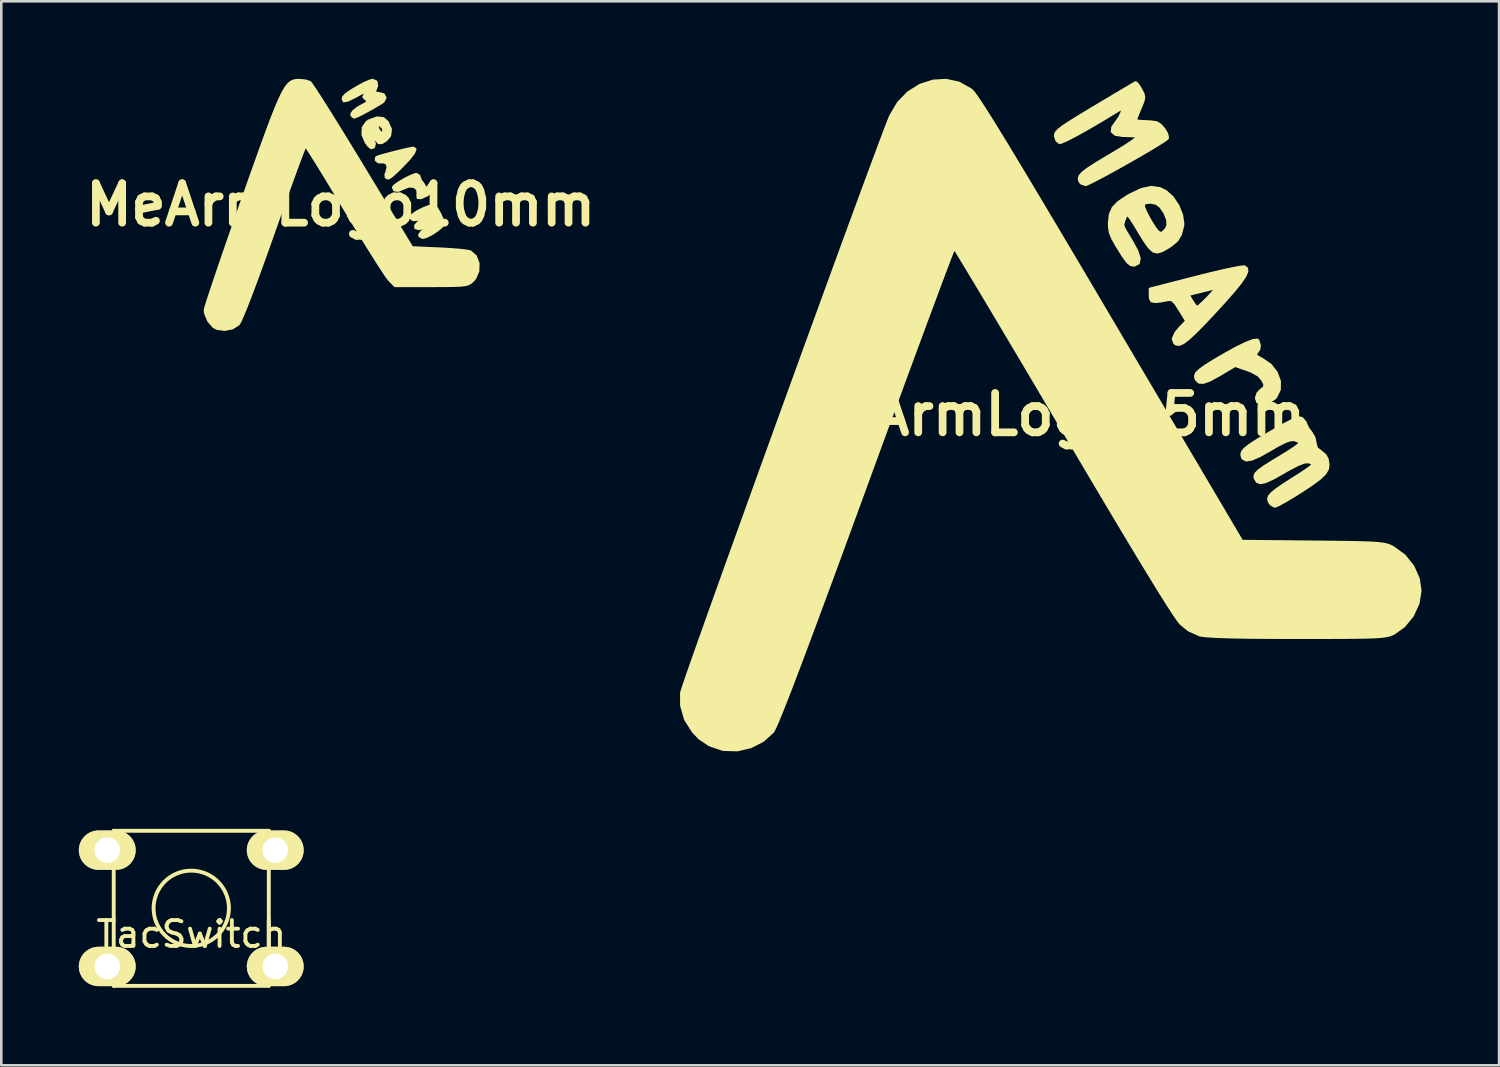
<source format=kicad_pcb>
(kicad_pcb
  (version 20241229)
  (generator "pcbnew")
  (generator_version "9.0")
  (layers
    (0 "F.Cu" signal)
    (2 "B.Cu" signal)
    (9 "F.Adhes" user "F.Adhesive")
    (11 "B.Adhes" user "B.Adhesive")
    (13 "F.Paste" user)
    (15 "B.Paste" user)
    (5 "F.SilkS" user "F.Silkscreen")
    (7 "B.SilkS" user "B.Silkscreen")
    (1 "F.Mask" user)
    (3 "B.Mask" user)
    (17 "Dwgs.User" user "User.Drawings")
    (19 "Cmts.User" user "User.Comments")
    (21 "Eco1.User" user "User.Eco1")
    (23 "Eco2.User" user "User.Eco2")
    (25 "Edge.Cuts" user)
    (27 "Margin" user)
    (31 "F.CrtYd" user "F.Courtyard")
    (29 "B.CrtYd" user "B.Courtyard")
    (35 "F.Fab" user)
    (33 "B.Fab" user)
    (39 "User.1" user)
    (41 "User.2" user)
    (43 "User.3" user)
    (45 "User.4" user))
  (footprint "TacSwitch"
    (layer "F.Cu")
    (at 4.35 32.095)
    (property "Reference" "TacSwitch" (at 0 1 0) (layer "F.SilkS") (effects (font (size 1 1) (thickness 0.15))))
    (attr through_hole)
    (fp_line (start -3 -3) (end 3 -3) (stroke (width 0.15) (type solid)) (layer "F.SilkS"))
    (fp_line (start -3 3) (end -3 -3) (stroke (width 0.15) (type solid)) (layer "F.SilkS"))
    (fp_line (start 3 -3) (end 3 3) (stroke (width 0.15) (type solid)) (layer "F.SilkS"))
    (fp_line (start 3 3) (end -3 3) (stroke (width 0.15) (type solid)) (layer "F.SilkS"))
    (fp_circle (center 0 0) (end 1.25 0.75) (stroke (width 0.15) (type solid)) (fill no) (layer "F.SilkS"))
    (pad "1" thru_hole oval (at -3.25 -2.25) (size 2.2 1.524) (drill 0.99) (layers "*.Cu" "*.Mask" "F.SilkS"))
    (pad "1" thru_hole oval (at -3.25 2.25) (size 2.2 1.524) (drill 0.99) (layers "*.Cu" "*.Mask" "F.SilkS"))
    (pad "2" thru_hole oval (at 3.25 -2.25) (size 2.2 1.524) (drill 0.99) (layers "*.Cu" "*.Mask" "F.SilkS"))
    (pad "2" thru_hole oval (at 3.25 2.25) (size 2.2 1.524) (drill 0.99) (layers "*.Cu" "*.Mask" "F.SilkS")))
  (footprint "MeArmLogo25mm"
    (layer "F.Cu")
    (at 37.595 12.989)
    (property "Reference" "MeArmLogo25mm" (at 0 0 0) (layer "F.SilkS") (effects (font (size 1.524 1.524) (thickness 0.3))))
    (attr through_hole)
    (fp_poly (pts (xy 8.868 -1.29) (xy 8.864 -0.965) (xy 8.726 -0.68) (xy 8.682 -0.631) (xy 8.47 -0.486) (xy 8.238 -0.422) (xy 8.05 -0.453) (xy 8.015 -0.48) (xy 7.958 -0.641) (xy 8.024 -0.83) (xy 8.149 -0.955) (xy 8.274 -1.058) (xy 8.287 -1.162) (xy 8.21 -1.326) (xy 8.052 -1.513) (xy 7.778 -1.666) (xy 7.613 -1.728) (xy 7.146 -1.89) (xy 6.537 -1.528) (xy 6.171 -1.329) (xy 5.913 -1.236) (xy 5.742 -1.246) (xy 5.637 -1.356) (xy 5.619 -1.396) (xy 5.603 -1.496) (xy 5.647 -1.599) (xy 5.77 -1.723) (xy 5.989 -1.881) (xy 6.323 -2.09) (xy 6.726 -2.327) (xy 7.196 -2.587) (xy 7.575 -2.771) (xy 7.85 -2.873) (xy 8.009 -2.888) (xy 8.043 -2.843) (xy 8.07 -2.743) (xy 8.091 -2.685) (xy 8.075 -2.533) (xy 8.006 -2.431) (xy 7.939 -2.34) (xy 7.976 -2.265) (xy 8.139 -2.17) (xy 8.191 -2.145) (xy 8.52 -1.915) (xy 8.749 -1.618) (xy 8.868 -1.29)) (stroke (width 0.1) (type solid)) (fill yes) (layer "F.SilkS"))
    (fp_poly (pts (xy 7.607 -5.534) (xy 7.531 -5.355) (xy 7.361 -5.104) (xy 7.088 -4.767) (xy 6.706 -4.333) (xy 6.392 -3.991) (xy 6.363 -3.96) (xy 6.363 -4.867) (xy 6.308 -4.881) (xy 6.125 -4.833) (xy 5.859 -4.766) (xy 5.737 -4.735) (xy 5.336 -4.637) (xy 5.48 -4.393) (xy 5.591 -4.227) (xy 5.669 -4.149) (xy 5.673 -4.149) (xy 5.753 -4.205) (xy 5.912 -4.352) (xy 6.1 -4.539) (xy 6.295 -4.755) (xy 6.363 -4.867) (xy 6.363 -3.96) (xy 5.951 -3.52) (xy 5.604 -3.168) (xy 5.337 -2.922) (xy 5.136 -2.772) (xy 4.986 -2.706) (xy 4.873 -2.714) (xy 4.798 -2.766) (xy 4.743 -2.93) (xy 4.839 -3.154) (xy 5.001 -3.35) (xy 5.261 -3.619) (xy 4.994 -4.053) (xy 4.837 -4.294) (xy 4.722 -4.415) (xy 4.611 -4.447) (xy 4.501 -4.428) (xy 4.243 -4.38) (xy 4.064 -4.364) (xy 3.912 -4.389) (xy 3.857 -4.503) (xy 3.852 -4.611) (xy 3.852 -4.862) (xy 5.618 -5.316) (xy 6.145 -5.447) (xy 6.621 -5.56) (xy 7.02 -5.647) (xy 7.316 -5.703) (xy 7.483 -5.724) (xy 7.507 -5.721) (xy 7.597 -5.652) (xy 7.607 -5.534)) (stroke (width 0.1) (type solid)) (fill yes) (layer "F.SilkS"))
    (fp_poly (pts (xy 5.132 -7.384) (xy 5.122 -7.293) (xy 5.035 -6.96) (xy 4.894 -6.729) (xy 4.652 -6.529) (xy 4.57 -6.476) (xy 4.537 -6.457) (xy 4.537 -7.323) (xy 4.524 -7.542) (xy 4.42 -7.802) (xy 4.263 -8.033) (xy 4.098 -8.162) (xy 3.866 -8.21) (xy 3.672 -8.184) (xy 3.599 -8.129) (xy 3.614 -8.021) (xy 3.702 -7.812) (xy 3.845 -7.545) (xy 3.869 -7.503) (xy 4.043 -7.222) (xy 4.165 -7.069) (xy 4.26 -7.018) (xy 4.338 -7.038) (xy 4.473 -7.178) (xy 4.537 -7.323) (xy 4.537 -6.457) (xy 4.328 -6.336) (xy 4.141 -6.278) (xy 3.981 -6.316) (xy 3.819 -6.463) (xy 3.627 -6.734) (xy 3.438 -7.043) (xy 3.231 -7.385) (xy 3.093 -7.598) (xy 3.006 -7.702) (xy 2.95 -7.714) (xy 2.908 -7.652) (xy 2.883 -7.588) (xy 2.831 -7.453) (xy 2.809 -7.354) (xy 2.831 -7.25) (xy 2.908 -7.1) (xy 3.052 -6.862) (xy 3.137 -6.723) (xy 3.352 -6.328) (xy 3.442 -6.041) (xy 3.408 -5.858) (xy 3.251 -5.775) (xy 3.241 -5.773) (xy 3.111 -5.791) (xy 2.976 -5.902) (xy 2.807 -6.134) (xy 2.767 -6.196) (xy 2.542 -6.558) (xy 2.396 -6.821) (xy 2.314 -7.026) (xy 2.278 -7.214) (xy 2.273 -7.426) (xy 2.273 -7.433) (xy 2.309 -7.748) (xy 2.42 -7.999) (xy 2.634 -8.22) (xy 2.977 -8.448) (xy 3.076 -8.504) (xy 3.522 -8.715) (xy 3.895 -8.796) (xy 4.227 -8.751) (xy 4.463 -8.639) (xy 4.721 -8.408) (xy 4.938 -8.083) (xy 5.084 -7.721) (xy 5.132 -7.384)) (stroke (width 0.1) (type solid)) (fill yes) (layer "F.SilkS"))
    (fp_poly (pts (xy 10.75 1.939) (xy 10.724 2.117) (xy 10.62 2.29) (xy 10.42 2.481) (xy 10.105 2.712) (xy 9.739 2.955) (xy 9.381 3.18) (xy 9.067 3.367) (xy 8.827 3.498) (xy 8.692 3.555) (xy 8.683 3.556) (xy 8.546 3.489) (xy 8.468 3.389) (xy 8.432 3.28) (xy 8.457 3.172) (xy 8.562 3.046) (xy 8.764 2.884) (xy 9.081 2.669) (xy 9.422 2.452) (xy 9.729 2.255) (xy 9.973 2.089) (xy 10.125 1.974) (xy 10.16 1.936) (xy 10.089 1.875) (xy 9.978 1.835) (xy 9.815 1.85) (xy 9.545 1.958) (xy 9.158 2.164) (xy 9.012 2.249) (xy 8.608 2.475) (xy 8.319 2.606) (xy 8.122 2.645) (xy 7.995 2.599) (xy 7.921 2.48) (xy 7.903 2.383) (xy 7.942 2.284) (xy 8.058 2.167) (xy 8.27 2.014) (xy 8.599 1.807) (xy 8.851 1.656) (xy 9.174 1.457) (xy 9.435 1.285) (xy 9.603 1.16) (xy 9.652 1.106) (xy 9.58 1.034) (xy 9.446 0.983) (xy 9.297 0.983) (xy 9.086 1.054) (xy 8.785 1.208) (xy 8.536 1.354) (xy 8.105 1.597) (xy 7.79 1.734) (xy 7.576 1.768) (xy 7.45 1.705) (xy 7.42 1.651) (xy 7.396 1.542) (xy 7.426 1.436) (xy 7.528 1.317) (xy 7.72 1.168) (xy 8.022 0.974) (xy 8.451 0.718) (xy 8.522 0.677) (xy 8.961 0.425) (xy 9.28 0.255) (xy 9.5 0.158) (xy 9.642 0.124) (xy 9.725 0.142) (xy 9.858 0.289) (xy 9.893 0.377) (xy 9.973 0.547) (xy 10.083 0.685) (xy 10.206 0.892) (xy 10.245 1.087) (xy 10.3 1.305) (xy 10.454 1.423) (xy 10.633 1.572) (xy 10.717 1.733) (xy 10.75 1.939)) (stroke (width 0.1) (type solid)) (fill yes) (layer "F.SilkS"))
    (fp_poly (pts (xy 4.538 -10.711) (xy 4.518 -10.671) (xy 4.383 -10.574) (xy 4.136 -10.418) (xy 3.803 -10.218) (xy 3.412 -9.99) (xy 2.99 -9.749) (xy 2.566 -9.511) (xy 2.166 -9.291) (xy 1.818 -9.106) (xy 1.549 -8.969) (xy 1.386 -8.897) (xy 1.357 -8.89) (xy 1.19 -8.949) (xy 1.127 -9.029) (xy 1.105 -9.129) (xy 1.134 -9.23) (xy 1.232 -9.344) (xy 1.415 -9.488) (xy 1.701 -9.676) (xy 2.109 -9.924) (xy 2.371 -10.078) (xy 2.808 -10.342) (xy 3.125 -10.548) (xy 3.312 -10.689) (xy 3.361 -10.76) (xy 3.344 -10.766) (xy 3.155 -10.778) (xy 2.887 -10.787) (xy 2.796 -10.789) (xy 2.514 -10.833) (xy 2.381 -10.947) (xy 2.403 -11.123) (xy 2.523 -11.289) (xy 2.671 -11.5) (xy 2.752 -11.676) (xy 2.814 -11.879) (xy 2.529 -11.704) (xy 1.927 -11.34) (xy 1.401 -11.033) (xy 0.964 -10.791) (xy 0.632 -10.62) (xy 0.417 -10.529) (xy 0.347 -10.517) (xy 0.237 -10.611) (xy 0.186 -10.761) (xy 0.188 -10.84) (xy 0.224 -10.921) (xy 0.313 -11.016) (xy 0.471 -11.139) (xy 0.718 -11.303) (xy 1.071 -11.523) (xy 1.547 -11.811) (xy 1.702 -11.904) (xy 2.161 -12.178) (xy 2.571 -12.423) (xy 2.909 -12.623) (xy 3.153 -12.767) (xy 3.282 -12.842) (xy 3.295 -12.849) (xy 3.364 -12.796) (xy 3.471 -12.638) (xy 3.506 -12.577) (xy 3.594 -12.399) (xy 3.62 -12.263) (xy 3.582 -12.102) (xy 3.483 -11.862) (xy 3.382 -11.619) (xy 3.317 -11.446) (xy 3.302 -11.393) (xy 3.377 -11.362) (xy 3.563 -11.345) (xy 3.619 -11.344) (xy 3.882 -11.331) (xy 4.097 -11.3) (xy 4.113 -11.296) (xy 4.261 -11.204) (xy 4.404 -11.04) (xy 4.508 -10.858) (xy 4.538 -10.711)) (stroke (width 0.1) (type solid)) (fill yes) (layer "F.SilkS"))
    (fp_poly (pts (xy 14.309 6.816) (xy 14.229 7.313) (xy 14.01 7.787) (xy 13.678 8.192) (xy 13.288 8.469) (xy 13.198 8.511) (xy 13.098 8.545) (xy 12.969 8.572) (xy 12.796 8.594) (xy 12.56 8.61) (xy 12.246 8.621) (xy 11.836 8.629) (xy 11.314 8.633) (xy 10.661 8.635) (xy 9.862 8.636) (xy 9.566 8.636) (xy 8.526 8.633) (xy 7.654 8.626) (xy 6.947 8.613) (xy 6.403 8.594) (xy 6.021 8.571) (xy 5.797 8.542) (xy 5.783 8.538) (xy 5.345 8.341) (xy 5.043 8.094) (xy 4.937 7.962) (xy 4.76 7.705) (xy 4.512 7.322) (xy 4.19 6.809) (xy 3.794 6.164) (xy 3.321 5.384) (xy 2.77 4.468) (xy 2.14 3.412) (xy 1.429 2.214) (xy 0.636 0.873) (xy 0.508 0.656) (xy -0.085 -0.347) (xy -0.653 -1.309) (xy -1.192 -2.218) (xy -1.695 -3.065) (xy -2.156 -3.84) (xy -2.569 -4.532) (xy -2.929 -5.133) (xy -3.23 -5.632) (xy -3.465 -6.02) (xy -3.628 -6.286) (xy -3.715 -6.42) (xy -3.727 -6.435) (xy -3.762 -6.357) (xy -3.851 -6.13) (xy -3.991 -5.763) (xy -4.178 -5.267) (xy -4.408 -4.652) (xy -4.678 -3.927) (xy -4.984 -3.102) (xy -5.322 -2.188) (xy -5.688 -1.193) (xy -6.079 -0.129) (xy -6.492 0.995) (xy -6.922 2.17) (xy -7.142 2.773) (xy -7.712 4.33) (xy -8.226 5.732) (xy -8.688 6.984) (xy -9.098 8.091) (xy -9.458 9.057) (xy -9.771 9.886) (xy -10.037 10.585) (xy -10.26 11.157) (xy -10.439 11.607) (xy -10.578 11.94) (xy -10.678 12.16) (xy -10.741 12.272) (xy -10.744 12.276) (xy -11.121 12.619) (xy -11.594 12.86) (xy -12.114 12.982) (xy -12.629 12.968) (xy -12.724 12.948) (xy -13.195 12.786) (xy -13.574 12.533) (xy -13.824 12.275) (xy -14.127 11.798) (xy -14.28 11.261) (xy -14.283 10.772) (xy -14.25 10.658) (xy -14.163 10.396) (xy -14.026 9.998) (xy -13.842 9.474) (xy -13.617 8.837) (xy -13.354 8.096) (xy -13.057 7.263) (xy -12.73 6.35) (xy -12.377 5.368) (xy -12.002 4.327) (xy -11.61 3.24) (xy -11.205 2.116) (xy -10.79 0.969) (xy -10.369 -0.192) (xy -9.947 -1.356) (xy -9.528 -2.51) (xy -9.115 -3.643) (xy -8.713 -4.746) (xy -8.327 -5.805) (xy -7.959 -6.811) (xy -7.614 -7.752) (xy -7.296 -8.616) (xy -7.009 -9.392) (xy -6.757 -10.07) (xy -6.545 -10.638) (xy -6.375 -11.085) (xy -6.254 -11.4) (xy -6.187 -11.561) (xy -5.888 -12.066) (xy -5.498 -12.464) (xy -5.043 -12.747) (xy -4.548 -12.908) (xy -4.041 -12.939) (xy -3.545 -12.831) (xy -3.088 -12.576) (xy -3.041 -12.538) (xy -2.965 -12.453) (xy -2.842 -12.282) (xy -2.666 -12.02) (xy -2.436 -11.661) (xy -2.148 -11.2) (xy -1.8 -10.633) (xy -1.387 -9.953) (xy -0.908 -9.157) (xy -0.358 -8.238) (xy 0.265 -7.191) (xy 0.965 -6.012) (xy 1.744 -4.696) (xy 2.335 -3.695) (xy 7.408 4.898) (xy 10.16 4.925) (xy 10.917 4.933) (xy 11.525 4.941) (xy 12.001 4.951) (xy 12.367 4.963) (xy 12.642 4.98) (xy 12.844 5.002) (xy 12.993 5.031) (xy 13.11 5.068) (xy 13.212 5.114) (xy 13.263 5.141) (xy 13.695 5.458) (xy 14.03 5.876) (xy 14.242 6.358) (xy 14.309 6.816)) (stroke (width 0.1) (type solid)) (fill yes) (layer "F.SilkS")))
  (footprint "MeArmLogo10mm"
    (layer "F.Cu")
    (at 10.131 4.876)
    (property "Reference" "MeArmLogo10mm" (at 0 0 0) (layer "F.SilkS") (effects (font (size 1.524 1.524) (thickness 0.3))))
    (attr through_hole)
    (fp_poly (pts (xy 3.278 -0.482) (xy 3.196 -0.32) (xy 3.099 -0.267) (xy 2.985 -0.276) (xy 2.98 -0.392) (xy 2.987 -0.42) (xy 2.97 -0.599) (xy 2.838 -0.705) (xy 2.637 -0.72) (xy 2.427 -0.637) (xy 2.225 -0.55) (xy 2.079 -0.571) (xy 2.032 -0.675) (xy 2.101 -0.755) (xy 2.273 -0.875) (xy 2.496 -1.005) (xy 2.72 -1.116) (xy 2.892 -1.18) (xy 2.932 -1.185) (xy 3.037 -1.118) (xy 3.048 -1.069) (xy 3.108 -0.921) (xy 3.179 -0.843) (xy 3.275 -0.68) (xy 3.278 -0.482)) (stroke (width 0.1) (type solid)) (fill yes) (layer "F.SilkS"))
    (fp_poly (pts (xy 1.935 -2.923) (xy 1.904 -2.673) (xy 1.759 -2.502) (xy 1.663 -2.443) (xy 1.663 -2.918) (xy 1.612 -3.002) (xy 1.476 -3.122) (xy 1.412 -3.099) (xy 1.444 -2.945) (xy 1.456 -2.919) (xy 1.555 -2.776) (xy 1.637 -2.788) (xy 1.663 -2.918) (xy 1.663 -2.443) (xy 1.59 -2.398) (xy 1.476 -2.399) (xy 1.363 -2.52) (xy 1.28 -2.646) (xy 1.17 -2.798) (xy 1.107 -2.847) (xy 1.102 -2.834) (xy 1.146 -2.705) (xy 1.233 -2.559) (xy 1.313 -2.373) (xy 1.284 -2.239) (xy 1.19 -2.201) (xy 1.098 -2.265) (xy 0.983 -2.41) (xy 0.854 -2.715) (xy 0.865 -2.99) (xy 1.013 -3.204) (xy 1.096 -3.257) (xy 1.413 -3.373) (xy 1.653 -3.345) (xy 1.816 -3.198) (xy 1.935 -2.923)) (stroke (width 0.1) (type solid)) (fill yes) (layer "F.SilkS"))
    (fp_poly (pts (xy 2.885 -2.151) (xy 2.828 -2.006) (xy 2.651 -1.776) (xy 2.389 -1.5) (xy 2.186 -1.302) (xy 2.186 -1.724) (xy 2.173 -1.75) (xy 2.073 -1.76) (xy 2.06 -1.75) (xy 2.072 -1.699) (xy 2.117 -1.693) (xy 2.186 -1.724) (xy 2.186 -1.302) (xy 2.132 -1.249) (xy 1.966 -1.1) (xy 1.864 -1.034) (xy 1.798 -1.035) (xy 1.753 -1.069) (xy 1.744 -1.177) (xy 1.781 -1.275) (xy 1.829 -1.468) (xy 1.775 -1.613) (xy 1.642 -1.658) (xy 1.606 -1.65) (xy 1.464 -1.656) (xy 1.369 -1.733) (xy 1.38 -1.832) (xy 1.385 -1.837) (xy 1.48 -1.874) (xy 1.692 -1.936) (xy 1.973 -2.011) (xy 2.275 -2.087) (xy 2.55 -2.152) (xy 2.75 -2.193) (xy 2.815 -2.201) (xy 2.885 -2.151)) (stroke (width 0.1) (type solid)) (fill yes) (layer "F.SilkS"))
    (fp_poly (pts (xy 1.727 -4.143) (xy 1.648 -3.997) (xy 1.585 -3.95) (xy 1.224 -3.736) (xy 0.904 -3.56) (xy 0.659 -3.438) (xy 0.521 -3.387) (xy 0.514 -3.387) (xy 0.433 -3.455) (xy 0.423 -3.512) (xy 0.493 -3.622) (xy 0.669 -3.757) (xy 0.777 -3.818) (xy 0.983 -3.932) (xy 1.053 -4.005) (xy 1.01 -4.065) (xy 0.984 -4.08) (xy 0.887 -4.172) (xy 0.937 -4.283) (xy 1.001 -4.374) (xy 0.968 -4.39) (xy 0.824 -4.326) (xy 0.557 -4.181) (xy 0.279 -4.045) (xy 0.125 -4.016) (xy 0.087 -4.094) (xy 0.11 -4.178) (xy 0.205 -4.276) (xy 0.404 -4.416) (xy 0.659 -4.569) (xy 0.918 -4.707) (xy 1.134 -4.801) (xy 1.238 -4.826) (xy 1.377 -4.765) (xy 1.401 -4.609) (xy 1.356 -4.489) (xy 1.31 -4.362) (xy 1.389 -4.321) (xy 1.47 -4.318) (xy 1.662 -4.266) (xy 1.727 -4.143)) (stroke (width 0.1) (type solid)) (fill yes) (layer "F.SilkS"))
    (fp_poly (pts (xy 3.979 0.732) (xy 3.911 0.841) (xy 3.742 0.985) (xy 3.526 1.128) (xy 3.315 1.234) (xy 3.177 1.27) (xy 3.063 1.213) (xy 3.048 1.162) (xy 3.116 1.057) (xy 3.286 0.929) (xy 3.345 0.895) (xy 3.522 0.786) (xy 3.605 0.71) (xy 3.604 0.697) (xy 3.517 0.713) (xy 3.373 0.796) (xy 3.175 0.898) (xy 3.029 0.931) (xy 2.897 0.892) (xy 2.895 0.793) (xy 3.013 0.666) (xy 3.185 0.562) (xy 3.366 0.461) (xy 3.447 0.384) (xy 3.445 0.369) (xy 3.35 0.377) (xy 3.204 0.457) (xy 2.992 0.564) (xy 2.813 0.585) (xy 2.716 0.518) (xy 2.709 0.48) (xy 2.781 0.384) (xy 2.959 0.263) (xy 3.189 0.145) (xy 3.416 0.056) (xy 3.585 0.024) (xy 3.627 0.034) (xy 3.731 0.154) (xy 3.85 0.362) (xy 3.945 0.583) (xy 3.979 0.732)) (stroke (width 0.1) (type solid)) (fill yes) (layer "F.SilkS"))
    (fp_poly (pts (xy 5.324 2.257) (xy 5.318 2.556) (xy 5.201 2.835) (xy 5.126 2.925) (xy 5.044 3.001) (xy 4.956 3.056) (xy 4.835 3.093) (xy 4.652 3.116) (xy 4.381 3.128) (xy 3.994 3.132) (xy 3.511 3.133) (xy 2.104 3.133) (xy 1.877 2.9) (xy 1.78 2.773) (xy 1.609 2.519) (xy 1.375 2.157) (xy 1.092 1.706) (xy 0.769 1.185) (xy 0.421 0.613) (xy 0.169 0.194) (xy -0.182 -0.39) (xy -0.506 -0.924) (xy -0.793 -1.394) (xy -1.033 -1.78) (xy -1.214 -2.068) (xy -1.328 -2.24) (xy -1.362 -2.283) (xy -1.4 -2.206) (xy -1.487 -1.986) (xy -1.618 -1.639) (xy -1.786 -1.182) (xy -1.986 -0.631) (xy -2.211 -0.003) (xy -2.456 0.686) (xy -2.59 1.065) (xy -2.891 1.913) (xy -3.164 2.667) (xy -3.405 3.316) (xy -3.609 3.847) (xy -3.773 4.25) (xy -3.891 4.514) (xy -3.954 4.621) (xy -4.187 4.769) (xy -4.487 4.828) (xy -4.78 4.789) (xy -4.918 4.717) (xy -5.114 4.488) (xy -5.234 4.2) (xy -5.249 4.071) (xy -5.222 3.959) (xy -5.143 3.704) (xy -5.017 3.321) (xy -4.851 2.825) (xy -4.65 2.232) (xy -4.418 1.558) (xy -4.161 0.819) (xy -3.884 0.03) (xy -3.792 -0.231) (xy -3.448 -1.204) (xy -3.154 -2.028) (xy -2.905 -2.717) (xy -2.694 -3.283) (xy -2.515 -3.738) (xy -2.363 -4.093) (xy -2.232 -4.361) (xy -2.116 -4.554) (xy -2.01 -4.685) (xy -1.907 -4.765) (xy -1.801 -4.807) (xy -1.688 -4.823) (xy -1.594 -4.825) (xy -1.36 -4.801) (xy -1.19 -4.746) (xy -1.189 -4.745) (xy -1.12 -4.658) (xy -0.974 -4.441) (xy -0.759 -4.11) (xy -0.487 -3.678) (xy -0.165 -3.163) (xy 0.195 -2.578) (xy 0.586 -1.94) (xy 0.848 -1.508) (xy 2.761 1.651) (xy 3.815 1.696) (xy 4.232 1.719) (xy 4.598 1.748) (xy 4.872 1.78) (xy 5.017 1.811) (xy 5.019 1.812) (xy 5.222 1.991) (xy 5.324 2.257)) (stroke (width 0.1) (type solid)) (fill yes) (layer "F.SilkS")))
  (gr_rect
    (start -3 -3)
    (end 54.953 38.17)
    (stroke (width 0.1) (type default))
    (fill no)
    (layer "Edge.Cuts")))
</source>
